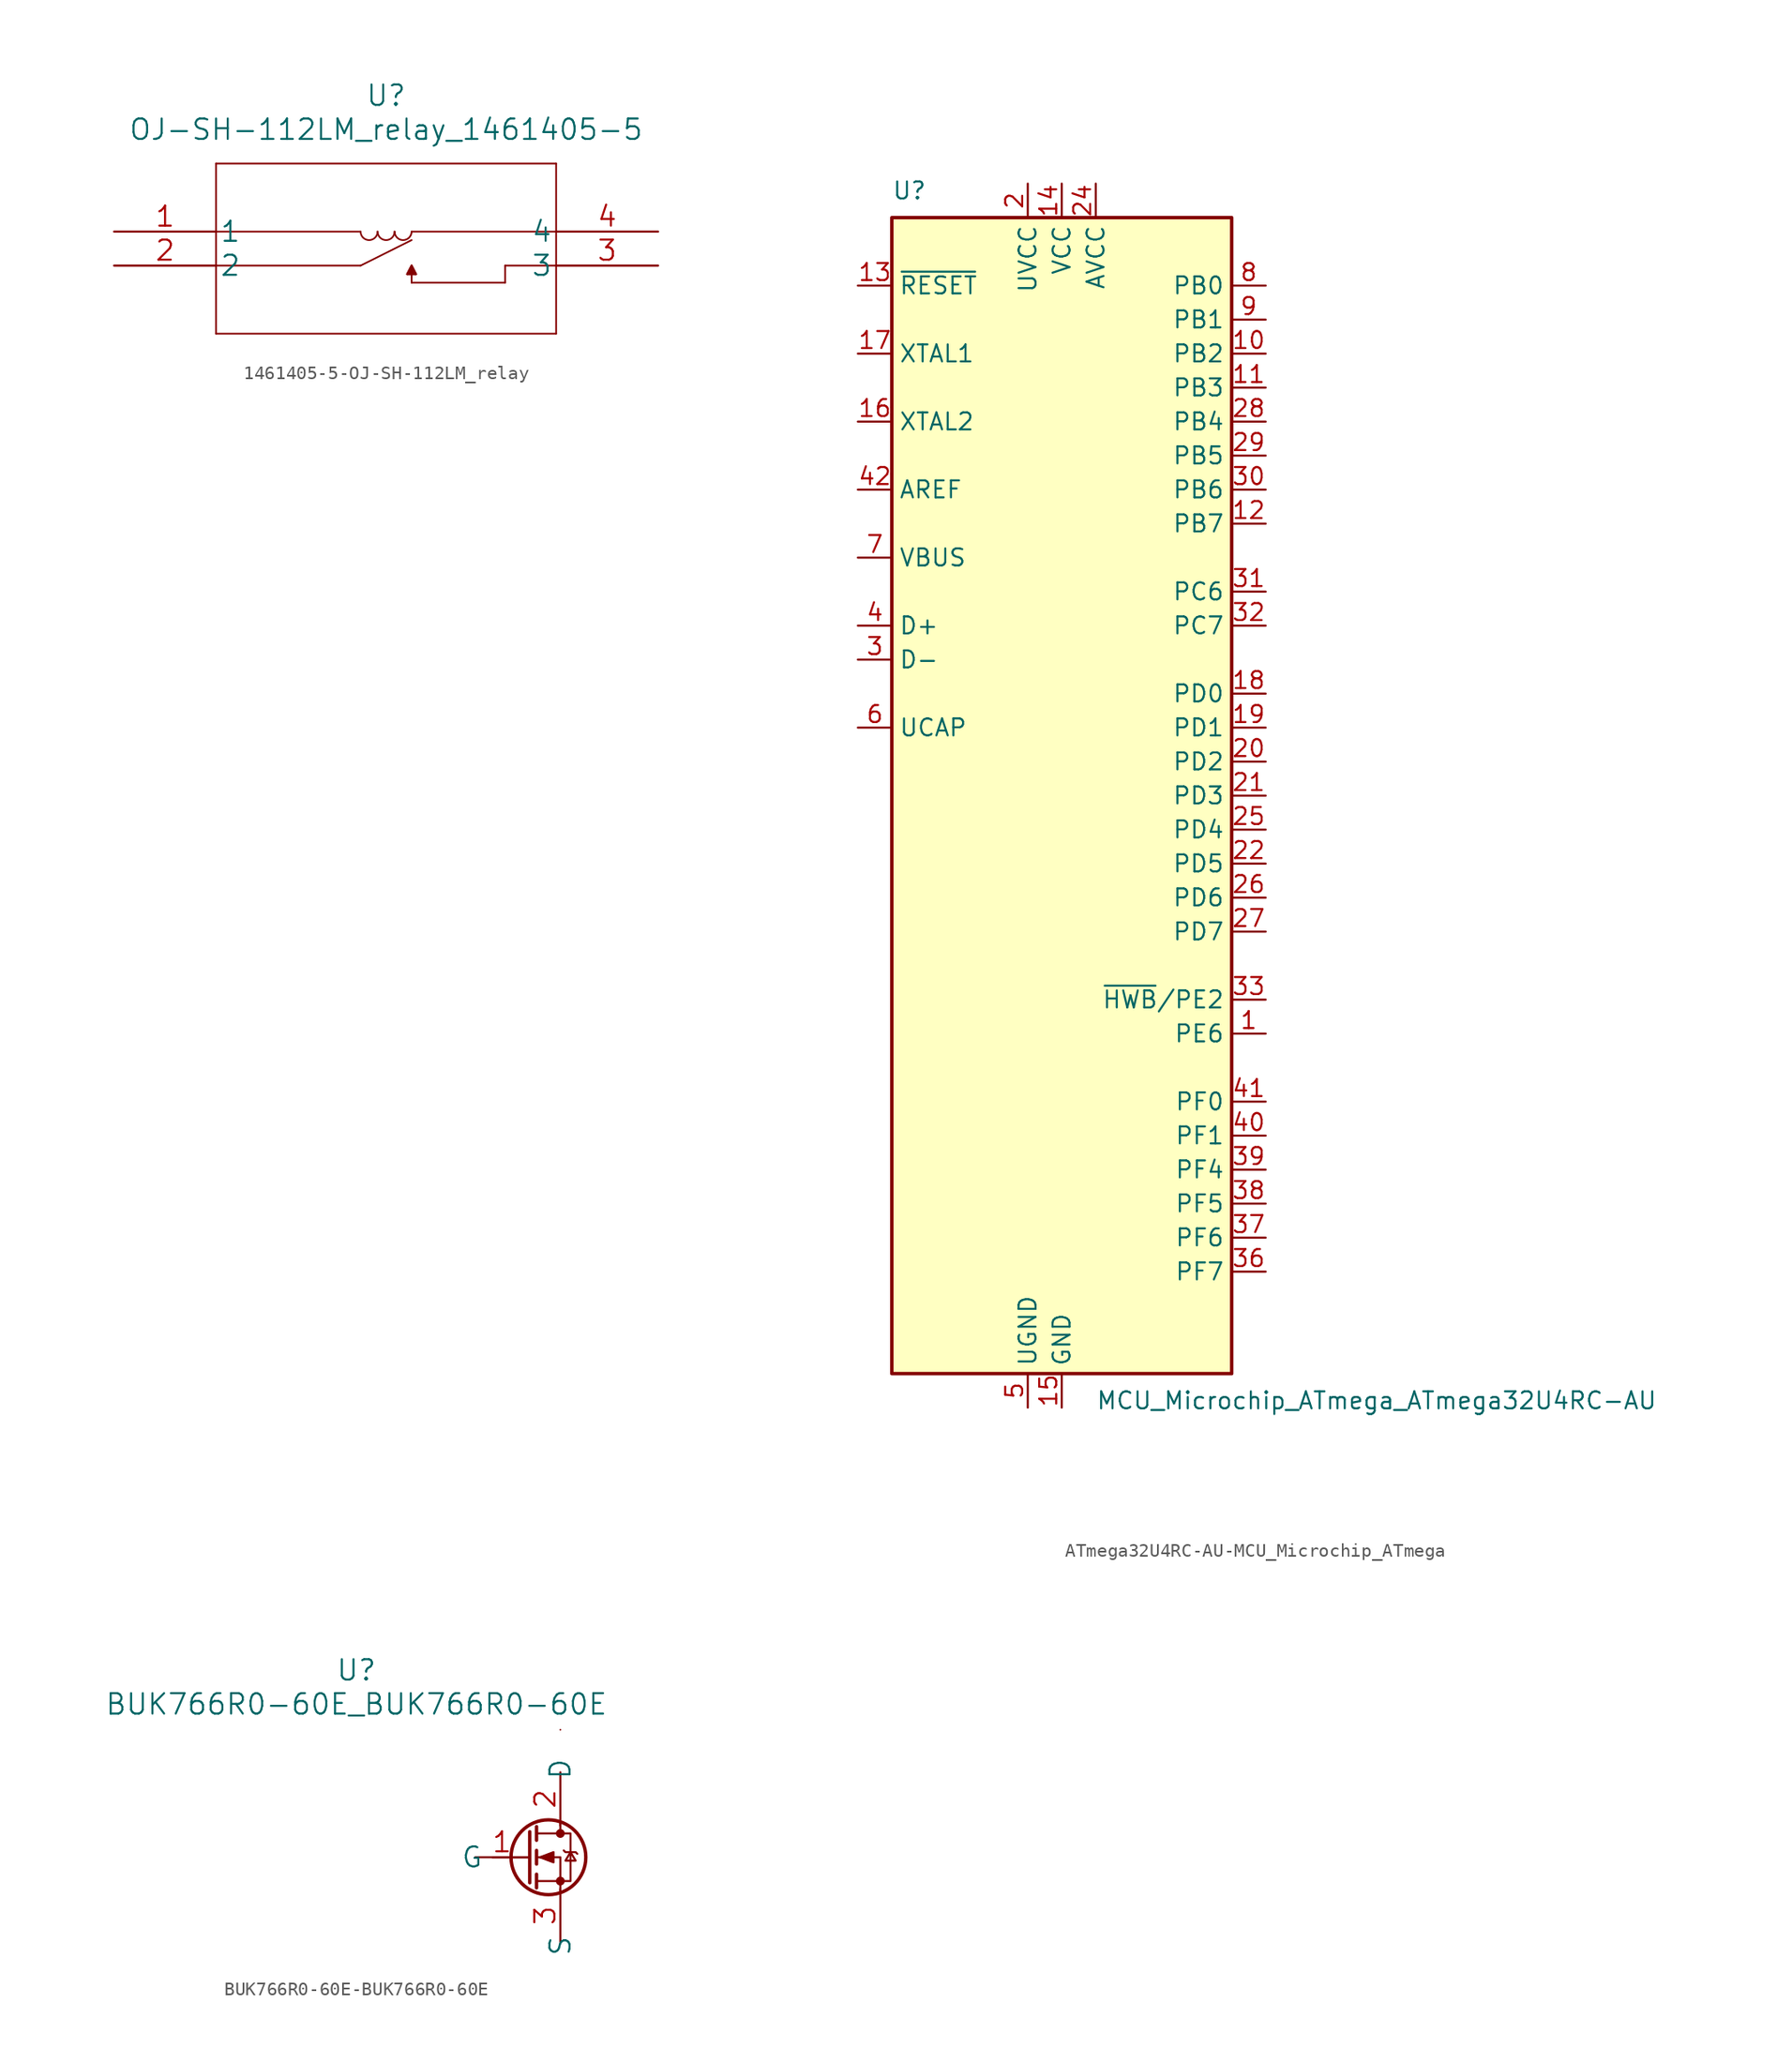
<source format=kicad_sym>
(kicad_symbol_lib
  (version 20220914)
  (generator kicad_symbol_editor)
  (symbol "1461405-5-OJ-SH-112LM_relay"
    (pin_names
      (offset 0.254))
    (property "Reference" "U"
      (at 20.32 10.16 0)
      (effects (font (size 1.524 1.524))))
    (property "Value" "OJ-SH-112LM_relay_1461405-5"
      (at 20.32 7.62 0)
      (effects (font (size 1.524 1.524))))
    (property "Datasheet" ""
      (at 0 0 0)
      (effects (font (size 1.524 1.524))))
    (property "ki_locked" ""
      (at 0 0 0)
      (effects (font (size 1.27 1.27))))
    (symbol "1461405-5-OJ-SH-112LM_relay_1_1"
      (polyline (pts (xy 7.62 -7.62) (xy 33.02 -7.62)) (stroke (width 0.127) (type solid)) (fill (type none)))
      (polyline (pts (xy 7.62 -2.54) (xy 18.415 -2.54)) (stroke (width 0.127) (type solid)) (fill (type none)))
      (polyline (pts (xy 7.62 0) (xy 18.415 0)) (stroke (width 0.127) (type solid)) (fill (type none)))
      (polyline (pts (xy 7.62 5.08) (xy 7.62 -7.62)) (stroke (width 0.127) (type solid)) (fill (type none)))
      (polyline (pts (xy 18.415 -2.54) (xy 22.225 -0.635)) (stroke (width 0.127) (type solid)) (fill (type none)))
      (polyline (pts (xy 21.895 -3.175) (xy 22.225 -2.54)) (stroke (width 0.127) (type solid)) (fill (type none)))
      (polyline (pts (xy 21.895 -3.175) (xy 22.555 -3.175)) (stroke (width 0.127) (type solid)) (fill (type none)))
      (polyline (pts (xy 22.225 -3.81) (xy 29.21 -3.81)) (stroke (width 0.127) (type solid)) (fill (type none)))
      (polyline (pts (xy 22.225 -3.175) (xy 22.225 -3.81)) (stroke (width 0.127) (type solid)) (fill (type none)))
      (polyline (pts (xy 22.225 -2.54) (xy 22.555 -3.175)) (stroke (width 0.127) (type solid)) (fill (type none)))
      (polyline (pts (xy 22.225 0) (xy 33.02 0)) (stroke (width 0.127) (type solid)) (fill (type none)))
      (polyline (pts (xy 29.21 -3.81) (xy 29.21 -2.54)) (stroke (width 0.127) (type solid)) (fill (type none)))
      (polyline (pts (xy 29.21 -2.54) (xy 33.02 -2.54)) (stroke (width 0.127) (type solid)) (fill (type none)))
      (polyline (pts (xy 33.02 -7.62) (xy 33.02 5.08)) (stroke (width 0.127) (type solid)) (fill (type none)))
      (polyline (pts (xy 33.02 5.08) (xy 7.62 5.08)) (stroke (width 0.127) (type solid)) (fill (type none)))
      (polyline (pts (xy 21.895 -3.175) (xy 22.225 -2.54) (xy 22.555 -3.175) (xy 21.895 -3.175)) (stroke (width 0) (type solid)) (fill (type outline)))
      (arc (start 18.415 0) (mid 19.05 -0.6323) (end 19.685 0) (stroke (width 0.127) (type solid)) (fill (type none)))
      (arc (start 19.685 0) (mid 20.32 -0.6323) (end 20.955 0) (stroke (width 0.127) (type solid)) (fill (type none)))
      (arc (start 20.955 0) (mid 21.59 -0.6323) (end 22.225 0) (stroke (width 0.127) (type solid)) (fill (type none)))
      (pin unspecified line (at 0 0 0) (length 7.62) (name "1" (effects (font (size 1.499 1.499)))) (number "1" (effects (font (size 1.499 1.499)))))
      (pin unspecified line (at 0 -2.54 0) (length 7.62) (name "2" (effects (font (size 1.499 1.499)))) (number "2" (effects (font (size 1.499 1.499)))))
      (pin unspecified line (at 40.64 -2.54 180) (length 7.62) (name "3" (effects (font (size 1.499 1.499)))) (number "3" (effects (font (size 1.499 1.499)))))
      (pin unspecified line (at 40.64 0 180) (length 7.62) (name "4" (effects (font (size 1.499 1.499)))) (number "4" (effects (font (size 1.499 1.499)))))))
  (symbol "ATmega32U4RC-AU-MCU_Microchip_ATmega"
    (property "Reference" "U"
      (at -12.7 44.45 0)
      (effects (font (size 1.27 1.27)) (justify left bottom)))
    (property "Value" "MCU_Microchip_ATmega_ATmega32U4RC-AU"
      (at 2.54 -44.45 0)
      (effects (font (size 1.27 1.27)) (justify left top)))
    (symbol "ATmega32U4RC-AU-MCU_Microchip_ATmega_0_1"
      (rectangle (start -12.7 -43.18) (end 12.7 43.18) (stroke (width 0.254) (type solid)) (fill (type background))))
    (symbol "ATmega32U4RC-AU-MCU_Microchip_ATmega_1_1"
      (pin bidirectional line (at 15.24 -17.78 180) (length 2.54) (name "PE6" (effects (font (size 1.27 1.27)))) (number "1" (effects (font (size 1.27 1.27)))))
      (pin bidirectional line (at 15.24 33.02 180) (length 2.54) (name "PB2" (effects (font (size 1.27 1.27)))) (number "10" (effects (font (size 1.27 1.27)))))
      (pin bidirectional line (at 15.24 30.48 180) (length 2.54) (name "PB3" (effects (font (size 1.27 1.27)))) (number "11" (effects (font (size 1.27 1.27)))))
      (pin bidirectional line (at 15.24 20.32 180) (length 2.54) (name "PB7" (effects (font (size 1.27 1.27)))) (number "12" (effects (font (size 1.27 1.27)))))
      (pin input line (at -15.24 38.1 0) (length 2.54) (name "~{RESET}" (effects (font (size 1.27 1.27)))) (number "13" (effects (font (size 1.27 1.27)))))
      (pin power_in line (at 0 45.72 270) (length 2.54) (name "VCC" (effects (font (size 1.27 1.27)))) (number "14" (effects (font (size 1.27 1.27)))))
      (pin power_in line (at 0 -45.72 90) (length 2.54) (name "GND" (effects (font (size 1.27 1.27)))) (number "15" (effects (font (size 1.27 1.27)))))
      (pin output line (at -15.24 27.94 0) (length 2.54) (name "XTAL2" (effects (font (size 1.27 1.27)))) (number "16" (effects (font (size 1.27 1.27)))))
      (pin input line (at -15.24 33.02 0) (length 2.54) (name "XTAL1" (effects (font (size 1.27 1.27)))) (number "17" (effects (font (size 1.27 1.27)))))
      (pin bidirectional line (at 15.24 7.62 180) (length 2.54) (name "PD0" (effects (font (size 1.27 1.27)))) (number "18" (effects (font (size 1.27 1.27)))))
      (pin bidirectional line (at 15.24 5.08 180) (length 2.54) (name "PD1" (effects (font (size 1.27 1.27)))) (number "19" (effects (font (size 1.27 1.27)))))
      (pin power_in line (at -2.54 45.72 270) (length 2.54) (name "UVCC" (effects (font (size 1.27 1.27)))) (number "2" (effects (font (size 1.27 1.27)))))
      (pin bidirectional line (at 15.24 2.54 180) (length 2.54) (name "PD2" (effects (font (size 1.27 1.27)))) (number "20" (effects (font (size 1.27 1.27)))))
      (pin bidirectional line (at 15.24 0 180) (length 2.54) (name "PD3" (effects (font (size 1.27 1.27)))) (number "21" (effects (font (size 1.27 1.27)))))
      (pin bidirectional line (at 15.24 -5.08 180) (length 2.54) (name "PD5" (effects (font (size 1.27 1.27)))) (number "22" (effects (font (size 1.27 1.27)))))
      (pin passive line (at 0 -45.72 90) (length 2.54) hide (name "GND" (effects (font (size 1.27 1.27)))) (number "23" (effects (font (size 1.27 1.27)))))
      (pin power_in line (at 2.54 45.72 270) (length 2.54) (name "AVCC" (effects (font (size 1.27 1.27)))) (number "24" (effects (font (size 1.27 1.27)))))
      (pin bidirectional line (at 15.24 -2.54 180) (length 2.54) (name "PD4" (effects (font (size 1.27 1.27)))) (number "25" (effects (font (size 1.27 1.27)))))
      (pin bidirectional line (at 15.24 -7.62 180) (length 2.54) (name "PD6" (effects (font (size 1.27 1.27)))) (number "26" (effects (font (size 1.27 1.27)))))
      (pin bidirectional line (at 15.24 -10.16 180) (length 2.54) (name "PD7" (effects (font (size 1.27 1.27)))) (number "27" (effects (font (size 1.27 1.27)))))
      (pin bidirectional line (at 15.24 27.94 180) (length 2.54) (name "PB4" (effects (font (size 1.27 1.27)))) (number "28" (effects (font (size 1.27 1.27)))))
      (pin bidirectional line (at 15.24 25.4 180) (length 2.54) (name "PB5" (effects (font (size 1.27 1.27)))) (number "29" (effects (font (size 1.27 1.27)))))
      (pin bidirectional line (at -15.24 10.16 0) (length 2.54) (name "D-" (effects (font (size 1.27 1.27)))) (number "3" (effects (font (size 1.27 1.27)))))
      (pin bidirectional line (at 15.24 22.86 180) (length 2.54) (name "PB6" (effects (font (size 1.27 1.27)))) (number "30" (effects (font (size 1.27 1.27)))))
      (pin bidirectional line (at 15.24 15.24 180) (length 2.54) (name "PC6" (effects (font (size 1.27 1.27)))) (number "31" (effects (font (size 1.27 1.27)))))
      (pin bidirectional line (at 15.24 12.7 180) (length 2.54) (name "PC7" (effects (font (size 1.27 1.27)))) (number "32" (effects (font (size 1.27 1.27)))))
      (pin bidirectional line (at 15.24 -15.24 180) (length 2.54) (name "~{HWB}/PE2" (effects (font (size 1.27 1.27)))) (number "33" (effects (font (size 1.27 1.27)))))
      (pin passive line (at 0 45.72 270) (length 2.54) hide (name "VCC" (effects (font (size 1.27 1.27)))) (number "34" (effects (font (size 1.27 1.27)))))
      (pin passive line (at 0 -45.72 90) (length 2.54) hide (name "GND" (effects (font (size 1.27 1.27)))) (number "35" (effects (font (size 1.27 1.27)))))
      (pin bidirectional line (at 15.24 -35.56 180) (length 2.54) (name "PF7" (effects (font (size 1.27 1.27)))) (number "36" (effects (font (size 1.27 1.27)))))
      (pin bidirectional line (at 15.24 -33.02 180) (length 2.54) (name "PF6" (effects (font (size 1.27 1.27)))) (number "37" (effects (font (size 1.27 1.27)))))
      (pin bidirectional line (at 15.24 -30.48 180) (length 2.54) (name "PF5" (effects (font (size 1.27 1.27)))) (number "38" (effects (font (size 1.27 1.27)))))
      (pin bidirectional line (at 15.24 -27.94 180) (length 2.54) (name "PF4" (effects (font (size 1.27 1.27)))) (number "39" (effects (font (size 1.27 1.27)))))
      (pin bidirectional line (at -15.24 12.7 0) (length 2.54) (name "D+" (effects (font (size 1.27 1.27)))) (number "4" (effects (font (size 1.27 1.27)))))
      (pin bidirectional line (at 15.24 -25.4 180) (length 2.54) (name "PF1" (effects (font (size 1.27 1.27)))) (number "40" (effects (font (size 1.27 1.27)))))
      (pin bidirectional line (at 15.24 -22.86 180) (length 2.54) (name "PF0" (effects (font (size 1.27 1.27)))) (number "41" (effects (font (size 1.27 1.27)))))
      (pin passive line (at -15.24 22.86 0) (length 2.54) (name "AREF" (effects (font (size 1.27 1.27)))) (number "42" (effects (font (size 1.27 1.27)))))
      (pin passive line (at 0 -45.72 90) (length 2.54) hide (name "GND" (effects (font (size 1.27 1.27)))) (number "43" (effects (font (size 1.27 1.27)))))
      (pin passive line (at 2.54 45.72 270) (length 2.54) hide (name "AVCC" (effects (font (size 1.27 1.27)))) (number "44" (effects (font (size 1.27 1.27)))))
      (pin passive line (at -2.54 -45.72 90) (length 2.54) (name "UGND" (effects (font (size 1.27 1.27)))) (number "5" (effects (font (size 1.27 1.27)))))
      (pin passive line (at -15.24 5.08 0) (length 2.54) (name "UCAP" (effects (font (size 1.27 1.27)))) (number "6" (effects (font (size 1.27 1.27)))))
      (pin input line (at -15.24 17.78 0) (length 2.54) (name "VBUS" (effects (font (size 1.27 1.27)))) (number "7" (effects (font (size 1.27 1.27)))))
      (pin bidirectional line (at 15.24 38.1 180) (length 2.54) (name "PB0" (effects (font (size 1.27 1.27)))) (number "8" (effects (font (size 1.27 1.27)))))
      (pin bidirectional line (at 15.24 35.56 180) (length 2.54) (name "PB1" (effects (font (size 1.27 1.27)))) (number "9" (effects (font (size 1.27 1.27)))))))
  (symbol "BUK766R0-60E-BUK766R0-60E"
    (pin_names
      (offset -5.08))
    (property "Reference" "U"
      (at -15.24 13.97 0)
      (effects (font (size 1.524 1.524))))
    (property "Value" "BUK766R0-60E_BUK766R0-60E"
      (at -15.24 11.43 0)
      (effects (font (size 1.524 1.524))))
    (property "Datasheet" ""
      (at 0 0 0)
      (effects (font (size 1.524 1.524))))
    (symbol "BUK766R0-60E-BUK766R0-60E_1_1"
      (circle (center -0.889 0) (radius 2.794) (stroke (width 0.254) (type solid)) (fill (type none)))
      (circle (center 0 -1.778) (radius 0.254) (stroke (width 0) (type solid)) (fill (type outline)))
      (polyline (pts (xy -2.286 0) (xy -5.08 0)) (stroke (width 0) (type solid)) (fill (type none)))
      (polyline (pts (xy -2.286 1.905) (xy -2.286 -1.905)) (stroke (width 0.254) (type solid)) (fill (type none)))
      (polyline (pts (xy -1.778 -1.27) (xy -1.778 -2.286)) (stroke (width 0.254) (type solid)) (fill (type none)))
      (polyline (pts (xy -1.778 0.508) (xy -1.778 -0.508)) (stroke (width 0.254) (type solid)) (fill (type none)))
      (polyline (pts (xy -1.778 2.286) (xy -1.778 1.27)) (stroke (width 0.254) (type solid)) (fill (type none)))
      (polyline (pts (xy 0 2.54) (xy 0 1.778)) (stroke (width 0) (type solid)) (fill (type none)))
      (polyline (pts (xy 0 -2.54) (xy 0 0) (xy -1.778 0)) (stroke (width 0) (type solid)) (fill (type none)))
      (polyline (pts (xy -1.778 -1.778) (xy 0.762 -1.778) (xy 0.762 1.778) (xy -1.778 1.778)) (stroke (width 0) (type solid)) (fill (type none)))
      (polyline (pts (xy -1.524 0) (xy -0.508 0.381) (xy -0.508 -0.381) (xy -1.524 0)) (stroke (width 0) (type solid)) (fill (type outline)))
      (polyline (pts (xy 0.254 0.508) (xy 0.381 0.381) (xy 1.143 0.381) (xy 1.27 0.254)) (stroke (width 0) (type solid)) (fill (type none)))
      (polyline (pts (xy 0.762 0.381) (xy 0.381 -0.254) (xy 1.143 -0.254) (xy 0.762 0.381)) (stroke (width 0) (type solid)) (fill (type none)))
      (circle (center 0 1.778) (radius 0.254) (stroke (width 0) (type solid)) (fill (type outline)))
      (arc (start 0 9.525) (mid 0 -6.985) (end 0 9.525) (stroke (width 0.127) (type solid)) (fill (type none)))
      (pin unspecified line (at -6.35 0 0) (length 3.988) (name "G" (effects (font (size 1.499 1.499)))) (number "1" (effects (font (size 1.499 1.499)))))
      (pin unspecified line (at 0 6.35 270) (length 3.988) (name "D" (effects (font (size 1.499 1.499)))) (number "2" (effects (font (size 1.499 1.499)))))
      (pin unspecified line (at 0 -6.35 90) (length 3.988) (name "S" (effects (font (size 1.499 1.499)))) (number "3" (effects (font (size 1.499 1.499))))))))
</source>
